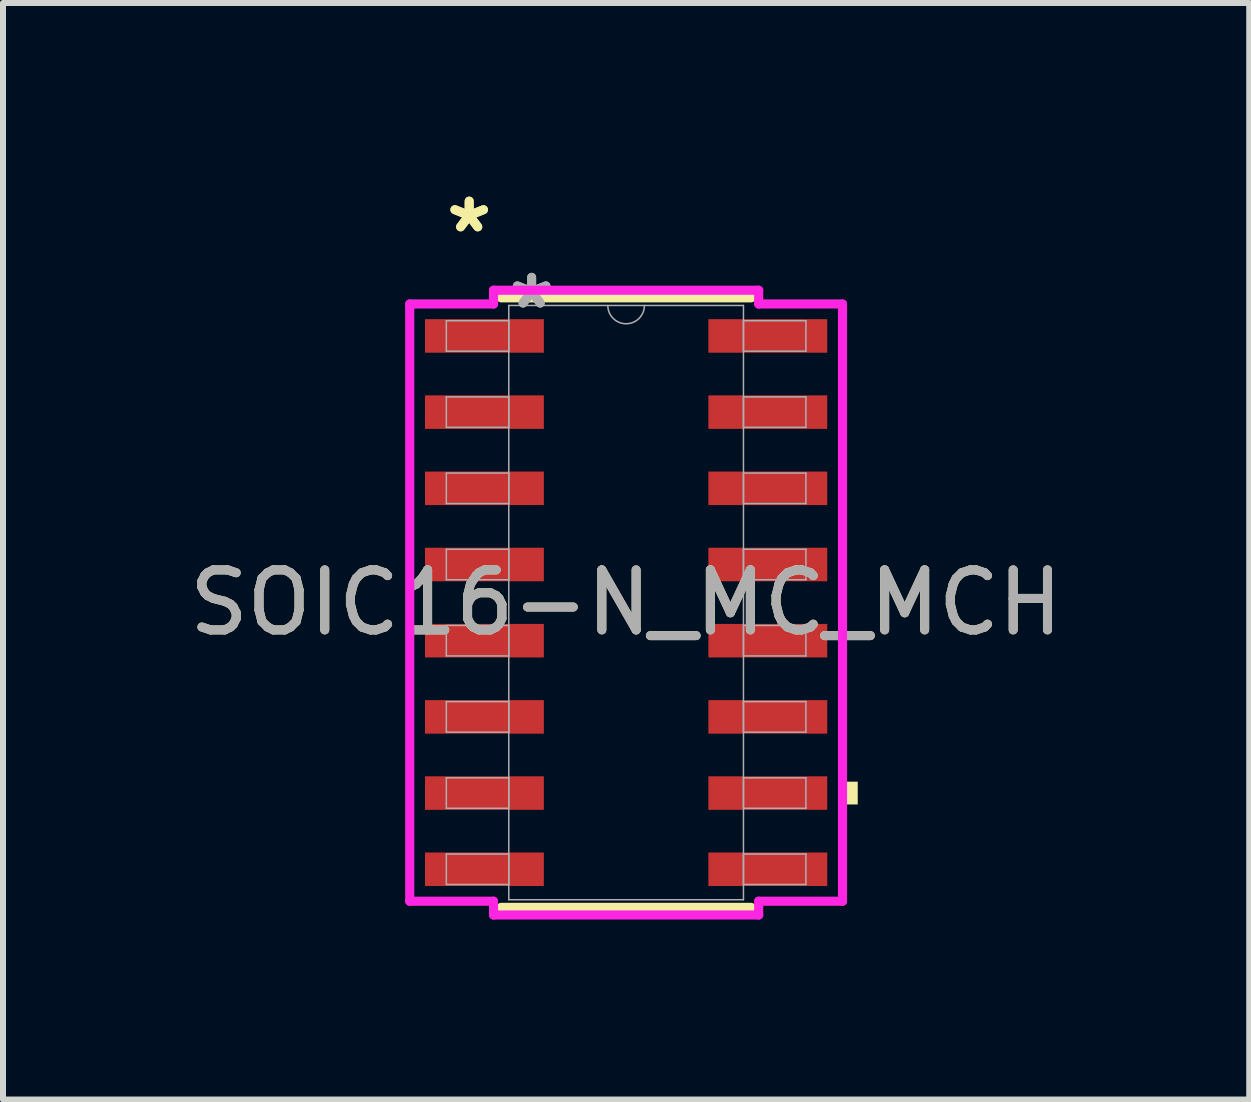
<source format=kicad_pcb>
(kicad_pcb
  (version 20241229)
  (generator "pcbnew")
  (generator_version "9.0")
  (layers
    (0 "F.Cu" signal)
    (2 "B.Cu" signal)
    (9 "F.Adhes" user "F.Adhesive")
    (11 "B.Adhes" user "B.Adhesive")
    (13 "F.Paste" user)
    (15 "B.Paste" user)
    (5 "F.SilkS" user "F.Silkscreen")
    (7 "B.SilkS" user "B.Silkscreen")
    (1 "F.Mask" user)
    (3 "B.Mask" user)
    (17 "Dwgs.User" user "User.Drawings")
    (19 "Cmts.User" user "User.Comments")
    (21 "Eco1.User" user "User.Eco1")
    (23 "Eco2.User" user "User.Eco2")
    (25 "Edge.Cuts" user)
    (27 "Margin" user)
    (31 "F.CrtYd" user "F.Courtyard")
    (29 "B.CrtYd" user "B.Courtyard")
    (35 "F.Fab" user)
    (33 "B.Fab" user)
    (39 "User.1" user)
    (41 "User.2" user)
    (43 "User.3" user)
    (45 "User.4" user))
  (footprint "SOIC16-N_MC_MCH"
    (layer "F.Cu")
    (at 7.387 6.995)
    (property "Reference" "SOIC16-N_MC_MCH" (at 0 0 0) (unlocked yes) (layer "F.SilkS") (effects (font (size 1 1) (thickness 0.15))))
    (attr smd)
    (fp_line (start -2.083 5.08) (end 2.083 5.08) (stroke (width 0.152) (type solid)) (layer "F.SilkS"))
    (fp_line (start 2.083 -5.08) (end -2.083 -5.08) (stroke (width 0.152) (type solid)) (layer "F.SilkS"))
    (fp_poly (pts (xy 3.861 2.985) (xy 3.861 3.365) (xy 3.607 3.365) (xy 3.607 2.985)) (stroke (width 0) (type solid)) (fill yes) (layer "F.SilkS"))
    (fp_line (start -3.607 -4.978) (end -2.21 -4.978) (stroke (width 0.152) (type solid)) (layer "F.CrtYd"))
    (fp_line (start -3.607 4.978) (end -3.607 -4.978) (stroke (width 0.152) (type solid)) (layer "F.CrtYd"))
    (fp_line (start -3.607 4.978) (end -2.21 4.978) (stroke (width 0.152) (type solid)) (layer "F.CrtYd"))
    (fp_line (start -2.21 -5.207) (end 2.21 -5.207) (stroke (width 0.152) (type solid)) (layer "F.CrtYd"))
    (fp_line (start -2.21 -4.978) (end -2.21 -5.207) (stroke (width 0.152) (type solid)) (layer "F.CrtYd"))
    (fp_line (start -2.21 5.207) (end -2.21 4.978) (stroke (width 0.152) (type solid)) (layer "F.CrtYd"))
    (fp_line (start 2.21 -5.207) (end 2.21 -4.978) (stroke (width 0.152) (type solid)) (layer "F.CrtYd"))
    (fp_line (start 2.21 4.978) (end 2.21 5.207) (stroke (width 0.152) (type solid)) (layer "F.CrtYd"))
    (fp_line (start 2.21 5.207) (end -2.21 5.207) (stroke (width 0.152) (type solid)) (layer "F.CrtYd"))
    (fp_line (start 3.607 -4.978) (end 2.21 -4.978) (stroke (width 0.152) (type solid)) (layer "F.CrtYd"))
    (fp_line (start 3.607 -4.978) (end 3.607 4.978) (stroke (width 0.152) (type solid)) (layer "F.CrtYd"))
    (fp_line (start 3.607 4.978) (end 2.21 4.978) (stroke (width 0.152) (type solid)) (layer "F.CrtYd"))
    (fp_line (start -2.997 -4.699) (end -2.997 -4.191) (stroke (width 0.025) (type solid)) (layer "F.Fab"))
    (fp_line (start -2.997 -4.191) (end -1.956 -4.191) (stroke (width 0.025) (type solid)) (layer "F.Fab"))
    (fp_line (start -2.997 -3.429) (end -2.997 -2.921) (stroke (width 0.025) (type solid)) (layer "F.Fab"))
    (fp_line (start -2.997 -2.921) (end -1.956 -2.921) (stroke (width 0.025) (type solid)) (layer "F.Fab"))
    (fp_line (start -2.997 -2.159) (end -2.997 -1.651) (stroke (width 0.025) (type solid)) (layer "F.Fab"))
    (fp_line (start -2.997 -1.651) (end -1.956 -1.651) (stroke (width 0.025) (type solid)) (layer "F.Fab"))
    (fp_line (start -2.997 -0.889) (end -2.997 -0.381) (stroke (width 0.025) (type solid)) (layer "F.Fab"))
    (fp_line (start -2.997 -0.381) (end -1.956 -0.381) (stroke (width 0.025) (type solid)) (layer "F.Fab"))
    (fp_line (start -2.997 0.381) (end -2.997 0.889) (stroke (width 0.025) (type solid)) (layer "F.Fab"))
    (fp_line (start -2.997 0.889) (end -1.956 0.889) (stroke (width 0.025) (type solid)) (layer "F.Fab"))
    (fp_line (start -2.997 1.651) (end -2.997 2.159) (stroke (width 0.025) (type solid)) (layer "F.Fab"))
    (fp_line (start -2.997 2.159) (end -1.956 2.159) (stroke (width 0.025) (type solid)) (layer "F.Fab"))
    (fp_line (start -2.997 2.921) (end -2.997 3.429) (stroke (width 0.025) (type solid)) (layer "F.Fab"))
    (fp_line (start -2.997 3.429) (end -1.956 3.429) (stroke (width 0.025) (type solid)) (layer "F.Fab"))
    (fp_line (start -2.997 4.191) (end -2.997 4.699) (stroke (width 0.025) (type solid)) (layer "F.Fab"))
    (fp_line (start -2.997 4.699) (end -1.956 4.699) (stroke (width 0.025) (type solid)) (layer "F.Fab"))
    (fp_line (start -1.956 -4.953) (end -1.956 4.953) (stroke (width 0.025) (type solid)) (layer "F.Fab"))
    (fp_line (start -1.956 -4.699) (end -2.997 -4.699) (stroke (width 0.025) (type solid)) (layer "F.Fab"))
    (fp_line (start -1.956 -4.191) (end -1.956 -4.699) (stroke (width 0.025) (type solid)) (layer "F.Fab"))
    (fp_line (start -1.956 -3.429) (end -2.997 -3.429) (stroke (width 0.025) (type solid)) (layer "F.Fab"))
    (fp_line (start -1.956 -2.921) (end -1.956 -3.429) (stroke (width 0.025) (type solid)) (layer "F.Fab"))
    (fp_line (start -1.956 -2.159) (end -2.997 -2.159) (stroke (width 0.025) (type solid)) (layer "F.Fab"))
    (fp_line (start -1.956 -1.651) (end -1.956 -2.159) (stroke (width 0.025) (type solid)) (layer "F.Fab"))
    (fp_line (start -1.956 -0.889) (end -2.997 -0.889) (stroke (width 0.025) (type solid)) (layer "F.Fab"))
    (fp_line (start -1.956 -0.381) (end -1.956 -0.889) (stroke (width 0.025) (type solid)) (layer "F.Fab"))
    (fp_line (start -1.956 0.381) (end -2.997 0.381) (stroke (width 0.025) (type solid)) (layer "F.Fab"))
    (fp_line (start -1.956 0.889) (end -1.956 0.381) (stroke (width 0.025) (type solid)) (layer "F.Fab"))
    (fp_line (start -1.956 1.651) (end -2.997 1.651) (stroke (width 0.025) (type solid)) (layer "F.Fab"))
    (fp_line (start -1.956 2.159) (end -1.956 1.651) (stroke (width 0.025) (type solid)) (layer "F.Fab"))
    (fp_line (start -1.956 2.921) (end -2.997 2.921) (stroke (width 0.025) (type solid)) (layer "F.Fab"))
    (fp_line (start -1.956 3.429) (end -1.956 2.921) (stroke (width 0.025) (type solid)) (layer "F.Fab"))
    (fp_line (start -1.956 4.191) (end -2.997 4.191) (stroke (width 0.025) (type solid)) (layer "F.Fab"))
    (fp_line (start -1.956 4.699) (end -1.956 4.191) (stroke (width 0.025) (type solid)) (layer "F.Fab"))
    (fp_line (start -1.956 4.953) (end 1.956 4.953) (stroke (width 0.025) (type solid)) (layer "F.Fab"))
    (fp_line (start 1.956 -4.953) (end -1.956 -4.953) (stroke (width 0.025) (type solid)) (layer "F.Fab"))
    (fp_line (start 1.956 -4.699) (end 1.956 -4.191) (stroke (width 0.025) (type solid)) (layer "F.Fab"))
    (fp_line (start 1.956 -4.191) (end 2.997 -4.191) (stroke (width 0.025) (type solid)) (layer "F.Fab"))
    (fp_line (start 1.956 -3.429) (end 1.956 -2.921) (stroke (width 0.025) (type solid)) (layer "F.Fab"))
    (fp_line (start 1.956 -2.921) (end 2.997 -2.921) (stroke (width 0.025) (type solid)) (layer "F.Fab"))
    (fp_line (start 1.956 -2.159) (end 1.956 -1.651) (stroke (width 0.025) (type solid)) (layer "F.Fab"))
    (fp_line (start 1.956 -1.651) (end 2.997 -1.651) (stroke (width 0.025) (type solid)) (layer "F.Fab"))
    (fp_line (start 1.956 -0.889) (end 1.956 -0.381) (stroke (width 0.025) (type solid)) (layer "F.Fab"))
    (fp_line (start 1.956 -0.381) (end 2.997 -0.381) (stroke (width 0.025) (type solid)) (layer "F.Fab"))
    (fp_line (start 1.956 0.381) (end 1.956 0.889) (stroke (width 0.025) (type solid)) (layer "F.Fab"))
    (fp_line (start 1.956 0.889) (end 2.997 0.889) (stroke (width 0.025) (type solid)) (layer "F.Fab"))
    (fp_line (start 1.956 1.651) (end 1.956 2.159) (stroke (width 0.025) (type solid)) (layer "F.Fab"))
    (fp_line (start 1.956 2.159) (end 2.997 2.159) (stroke (width 0.025) (type solid)) (layer "F.Fab"))
    (fp_line (start 1.956 2.921) (end 1.956 3.429) (stroke (width 0.025) (type solid)) (layer "F.Fab"))
    (fp_line (start 1.956 3.429) (end 2.997 3.429) (stroke (width 0.025) (type solid)) (layer "F.Fab"))
    (fp_line (start 1.956 4.191) (end 1.956 4.699) (stroke (width 0.025) (type solid)) (layer "F.Fab"))
    (fp_line (start 1.956 4.699) (end 2.997 4.699) (stroke (width 0.025) (type solid)) (layer "F.Fab"))
    (fp_line (start 1.956 4.953) (end 1.956 -4.953) (stroke (width 0.025) (type solid)) (layer "F.Fab"))
    (fp_line (start 2.997 -4.699) (end 1.956 -4.699) (stroke (width 0.025) (type solid)) (layer "F.Fab"))
    (fp_line (start 2.997 -4.191) (end 2.997 -4.699) (stroke (width 0.025) (type solid)) (layer "F.Fab"))
    (fp_line (start 2.997 -3.429) (end 1.956 -3.429) (stroke (width 0.025) (type solid)) (layer "F.Fab"))
    (fp_line (start 2.997 -2.921) (end 2.997 -3.429) (stroke (width 0.025) (type solid)) (layer "F.Fab"))
    (fp_line (start 2.997 -2.159) (end 1.956 -2.159) (stroke (width 0.025) (type solid)) (layer "F.Fab"))
    (fp_line (start 2.997 -1.651) (end 2.997 -2.159) (stroke (width 0.025) (type solid)) (layer "F.Fab"))
    (fp_line (start 2.997 -0.889) (end 1.956 -0.889) (stroke (width 0.025) (type solid)) (layer "F.Fab"))
    (fp_line (start 2.997 -0.381) (end 2.997 -0.889) (stroke (width 0.025) (type solid)) (layer "F.Fab"))
    (fp_line (start 2.997 0.381) (end 1.956 0.381) (stroke (width 0.025) (type solid)) (layer "F.Fab"))
    (fp_line (start 2.997 0.889) (end 2.997 0.381) (stroke (width 0.025) (type solid)) (layer "F.Fab"))
    (fp_line (start 2.997 1.651) (end 1.956 1.651) (stroke (width 0.025) (type solid)) (layer "F.Fab"))
    (fp_line (start 2.997 2.159) (end 2.997 1.651) (stroke (width 0.025) (type solid)) (layer "F.Fab"))
    (fp_line (start 2.997 2.921) (end 1.956 2.921) (stroke (width 0.025) (type solid)) (layer "F.Fab"))
    (fp_line (start 2.997 3.429) (end 2.997 2.921) (stroke (width 0.025) (type solid)) (layer "F.Fab"))
    (fp_line (start 2.997 4.191) (end 1.956 4.191) (stroke (width 0.025) (type solid)) (layer "F.Fab"))
    (fp_line (start 2.997 4.699) (end 2.997 4.191) (stroke (width 0.025) (type solid)) (layer "F.Fab"))
    (fp_arc (start 0.3048 -4.953) (mid 0 -4.6482) (end -0.3048 -4.953) (stroke (width 0.0254) (type solid)) (layer "F.Fab"))
    (fp_text user "*" (at -2.616 -6.147 0) (layer "F.SilkS") (effects (font (size 1 1) (thickness 0.15))))
    (fp_text user "*" (at -2.616 -6.147 0) (unlocked yes) (layer "F.SilkS") (effects (font (size 1 1) (thickness 0.15))))
    (fp_text user "*" (at -1.575 -4.877 0) (unlocked yes) (layer "F.Fab") (effects (font (size 1 1) (thickness 0.15))))
    (fp_text user "*" (at -1.575 -4.877 0) (layer "F.Fab") (effects (font (size 1 1) (thickness 0.15))))
    (fp_text user "${REFERENCE}" (at 0 0 0) (unlocked yes) (layer "F.Fab") (effects (font (size 1 1) (thickness 0.15))))
    (pad "1" smd rect (at -2.362 -4.445) (size 1.981 0.559) (layers "F.Cu" "F.Mask" "F.Paste"))
    (pad "2" smd rect (at -2.362 -3.175) (size 1.981 0.559) (layers "F.Cu" "F.Mask" "F.Paste"))
    (pad "3" smd rect (at -2.362 -1.905) (size 1.981 0.559) (layers "F.Cu" "F.Mask" "F.Paste"))
    (pad "4" smd rect (at -2.362 -0.635) (size 1.981 0.559) (layers "F.Cu" "F.Mask" "F.Paste"))
    (pad "5" smd rect (at -2.362 0.635) (size 1.981 0.559) (layers "F.Cu" "F.Mask" "F.Paste"))
    (pad "6" smd rect (at -2.362 1.905) (size 1.981 0.559) (layers "F.Cu" "F.Mask" "F.Paste"))
    (pad "7" smd rect (at -2.362 3.175) (size 1.981 0.559) (layers "F.Cu" "F.Mask" "F.Paste"))
    (pad "8" smd rect (at -2.362 4.445) (size 1.981 0.559) (layers "F.Cu" "F.Mask" "F.Paste"))
    (pad "9" smd rect (at 2.362 4.445) (size 1.981 0.559) (layers "F.Cu" "F.Mask" "F.Paste"))
    (pad "10" smd rect (at 2.362 3.175) (size 1.981 0.559) (layers "F.Cu" "F.Mask" "F.Paste"))
    (pad "11" smd rect (at 2.362 1.905) (size 1.981 0.559) (layers "F.Cu" "F.Mask" "F.Paste"))
    (pad "12" smd rect (at 2.362 0.635) (size 1.981 0.559) (layers "F.Cu" "F.Mask" "F.Paste"))
    (pad "13" smd rect (at 2.362 -0.635) (size 1.981 0.559) (layers "F.Cu" "F.Mask" "F.Paste"))
    (pad "14" smd rect (at 2.362 -1.905) (size 1.981 0.559) (layers "F.Cu" "F.Mask" "F.Paste"))
    (pad "15" smd rect (at 2.362 -3.175) (size 1.981 0.559) (layers "F.Cu" "F.Mask" "F.Paste"))
    (pad "16" smd rect (at 2.362 -4.445) (size 1.981 0.559) (layers "F.Cu" "F.Mask" "F.Paste")))
  (gr_rect
    (start -3 -3)
    (end 17.774 15.278)
    (stroke (width 0.1) (type default))
    (fill no)
    (layer "Edge.Cuts")))
</source>
